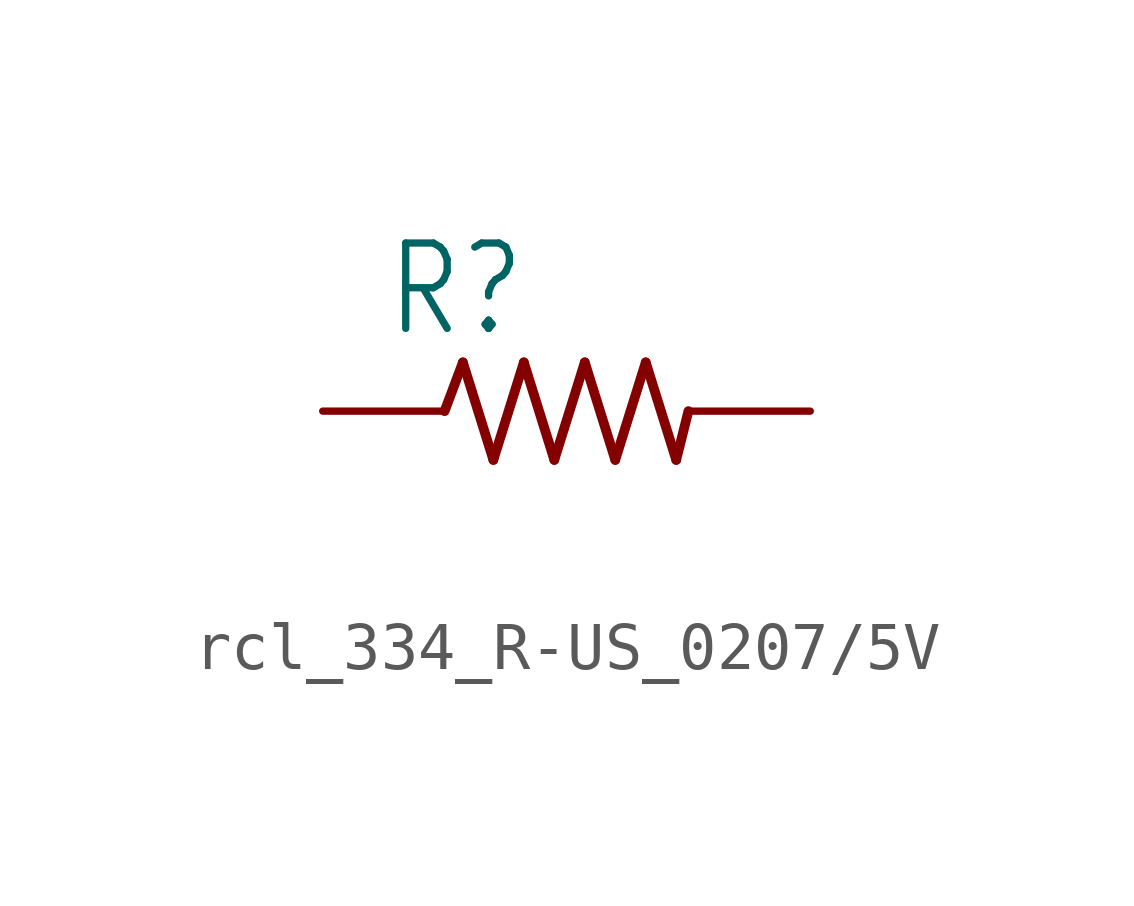
<source format=kicad_sym>
(kicad_symbol_lib
  (version 20241209)
  (generator "kicad_symbol_editor")
  (generator_version "9.0")
  (symbol "rcl_334_R-US_0207/5V"
    (property "Reference" "R"
      (at -3.81 1.499 0)
      (effects (font (size 1.778 1.511)) (justify left bottom)))
    (property "Value" ""
      (at -3.81 -3.302 0)
      (effects (font (size 1.778 1.511)) (justify left bottom)))
    (property "ki_locked" ""
      (at 0 0 0)
      (effects (font (size 1.27 1.27))))
    (symbol "rcl_334_R-US_0207/5V_1_0"
      (polyline (pts (xy -2.54 0) (xy -2.159 1.016)) (stroke (width 0.203) (type solid)) (fill (type none)))
      (polyline (pts (xy -2.159 1.016) (xy -1.524 -1.016)) (stroke (width 0.203) (type solid)) (fill (type none)))
      (polyline (pts (xy -1.524 -1.016) (xy -0.889 1.016)) (stroke (width 0.203) (type solid)) (fill (type none)))
      (polyline (pts (xy -0.889 1.016) (xy -0.254 -1.016)) (stroke (width 0.203) (type solid)) (fill (type none)))
      (polyline (pts (xy -0.254 -1.016) (xy 0.381 1.016)) (stroke (width 0.203) (type solid)) (fill (type none)))
      (polyline (pts (xy 0.381 1.016) (xy 1.016 -1.016)) (stroke (width 0.203) (type solid)) (fill (type none)))
      (polyline (pts (xy 1.016 -1.016) (xy 1.651 1.016)) (stroke (width 0.203) (type solid)) (fill (type none)))
      (polyline (pts (xy 1.651 1.016) (xy 2.286 -1.016)) (stroke (width 0.203) (type solid)) (fill (type none)))
      (polyline (pts (xy 2.286 -1.016) (xy 2.54 0)) (stroke (width 0.203) (type solid)) (fill (type none)))
      (pin passive line (at -5.08 0 0) (length 2.54) (name "1" (effects (font (size 0 0)))) (number "1" (effects (font (size 0 0)))))
      (pin passive line (at 5.08 0 180) (length 2.54) (name "2" (effects (font (size 0 0)))) (number "2" (effects (font (size 0 0))))))))
</source>
